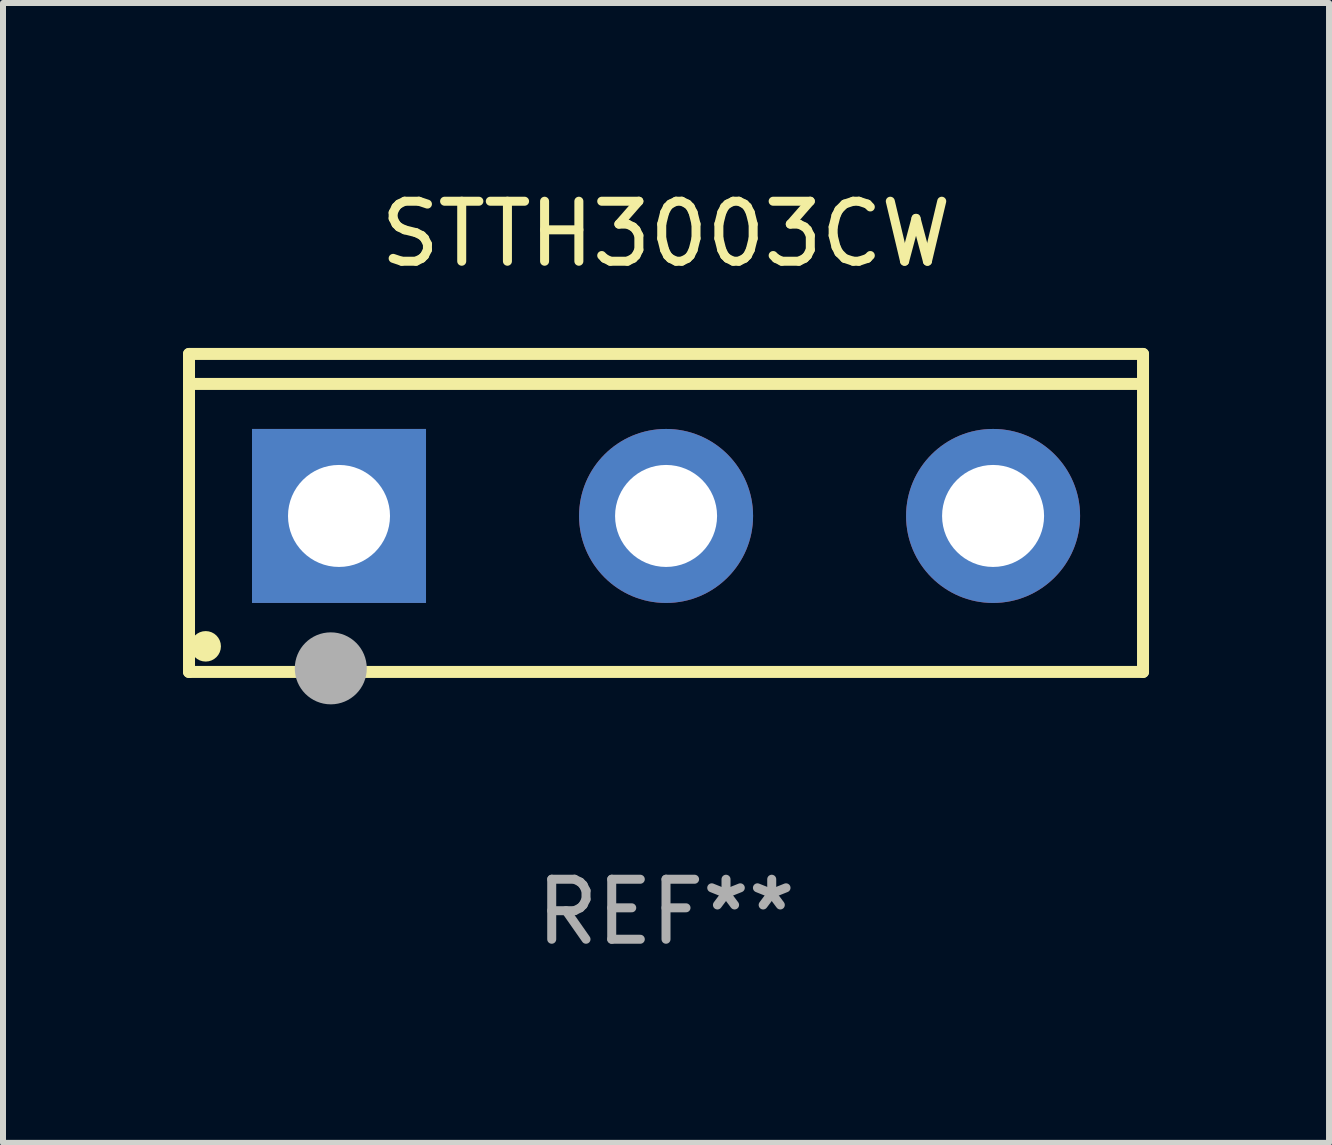
<source format=kicad_pcb>
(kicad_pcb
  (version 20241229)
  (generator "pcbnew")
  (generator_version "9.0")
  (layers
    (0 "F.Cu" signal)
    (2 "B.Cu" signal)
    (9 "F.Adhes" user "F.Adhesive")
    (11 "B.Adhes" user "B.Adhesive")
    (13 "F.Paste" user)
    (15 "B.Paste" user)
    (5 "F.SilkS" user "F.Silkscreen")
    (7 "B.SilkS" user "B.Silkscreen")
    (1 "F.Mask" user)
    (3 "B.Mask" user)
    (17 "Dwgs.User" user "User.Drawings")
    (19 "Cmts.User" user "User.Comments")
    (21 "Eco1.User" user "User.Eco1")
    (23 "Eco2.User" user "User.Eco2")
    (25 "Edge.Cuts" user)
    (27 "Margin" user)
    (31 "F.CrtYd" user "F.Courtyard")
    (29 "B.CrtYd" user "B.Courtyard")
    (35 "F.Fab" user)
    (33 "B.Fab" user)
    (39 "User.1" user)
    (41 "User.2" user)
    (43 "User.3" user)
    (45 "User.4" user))
  (footprint "STTH3003CW"
    (layer "F.Cu")
    (at 8.05 5.499)
    (property "Reference" "STTH3003CW" (at 0 -4.65 0) (layer "F.SilkS") (effects (font (size 1 1) (thickness 0.15))))
    (attr through_hole)
    (fp_line (start -7.95 -2.65) (end -7.95 2.65) (stroke (width 0.2) (type solid)) (layer "F.SilkS"))
    (fp_line (start -7.95 -2.15) (end 7.95 -2.15) (stroke (width 0.2) (type solid)) (layer "F.SilkS"))
    (fp_line (start -7.95 2.65) (end 7.95 2.65) (stroke (width 0.2) (type solid)) (layer "F.SilkS"))
    (fp_line (start 7.95 -2.65) (end -7.95 -2.65) (stroke (width 0.2) (type solid)) (layer "F.SilkS"))
    (fp_line (start 7.95 2.65) (end 7.95 -2.65) (stroke (width 0.2) (type solid)) (layer "F.SilkS"))
    (fp_circle (center -7.672 2.223) (end -7.545 2.223) (stroke (width 0.254) (type solid)) (fill no) (layer "F.SilkS"))
    (fp_circle (center -5.587 2.59) (end -5.287 2.59) (stroke (width 0.6) (type solid)) (fill no) (layer "F.Fab"))
    (fp_text user "REF**" (at 0 6.65 0) (layer "F.Fab") (effects (font (size 1 1) (thickness 0.15))))
    (pad "1" thru_hole rect (at -5.45 0.05) (size 2.9 2.9) (drill 1.7) (layers "*.Cu" "*.Mask"))
    (pad "2" thru_hole circle (at 0.001 0.05) (size 2.9 2.9) (drill 1.7) (layers "*.Cu" "*.Mask"))
    (pad "3" thru_hole circle (at 5.451 0.05) (size 2.9 2.9) (drill 1.7) (layers "*.Cu" "*.Mask")))
  (gr_rect
    (start -3 -3)
    (end 19.1 15.997)
    (stroke (width 0.1) (type default))
    (fill no)
    (layer "Edge.Cuts")))
</source>
